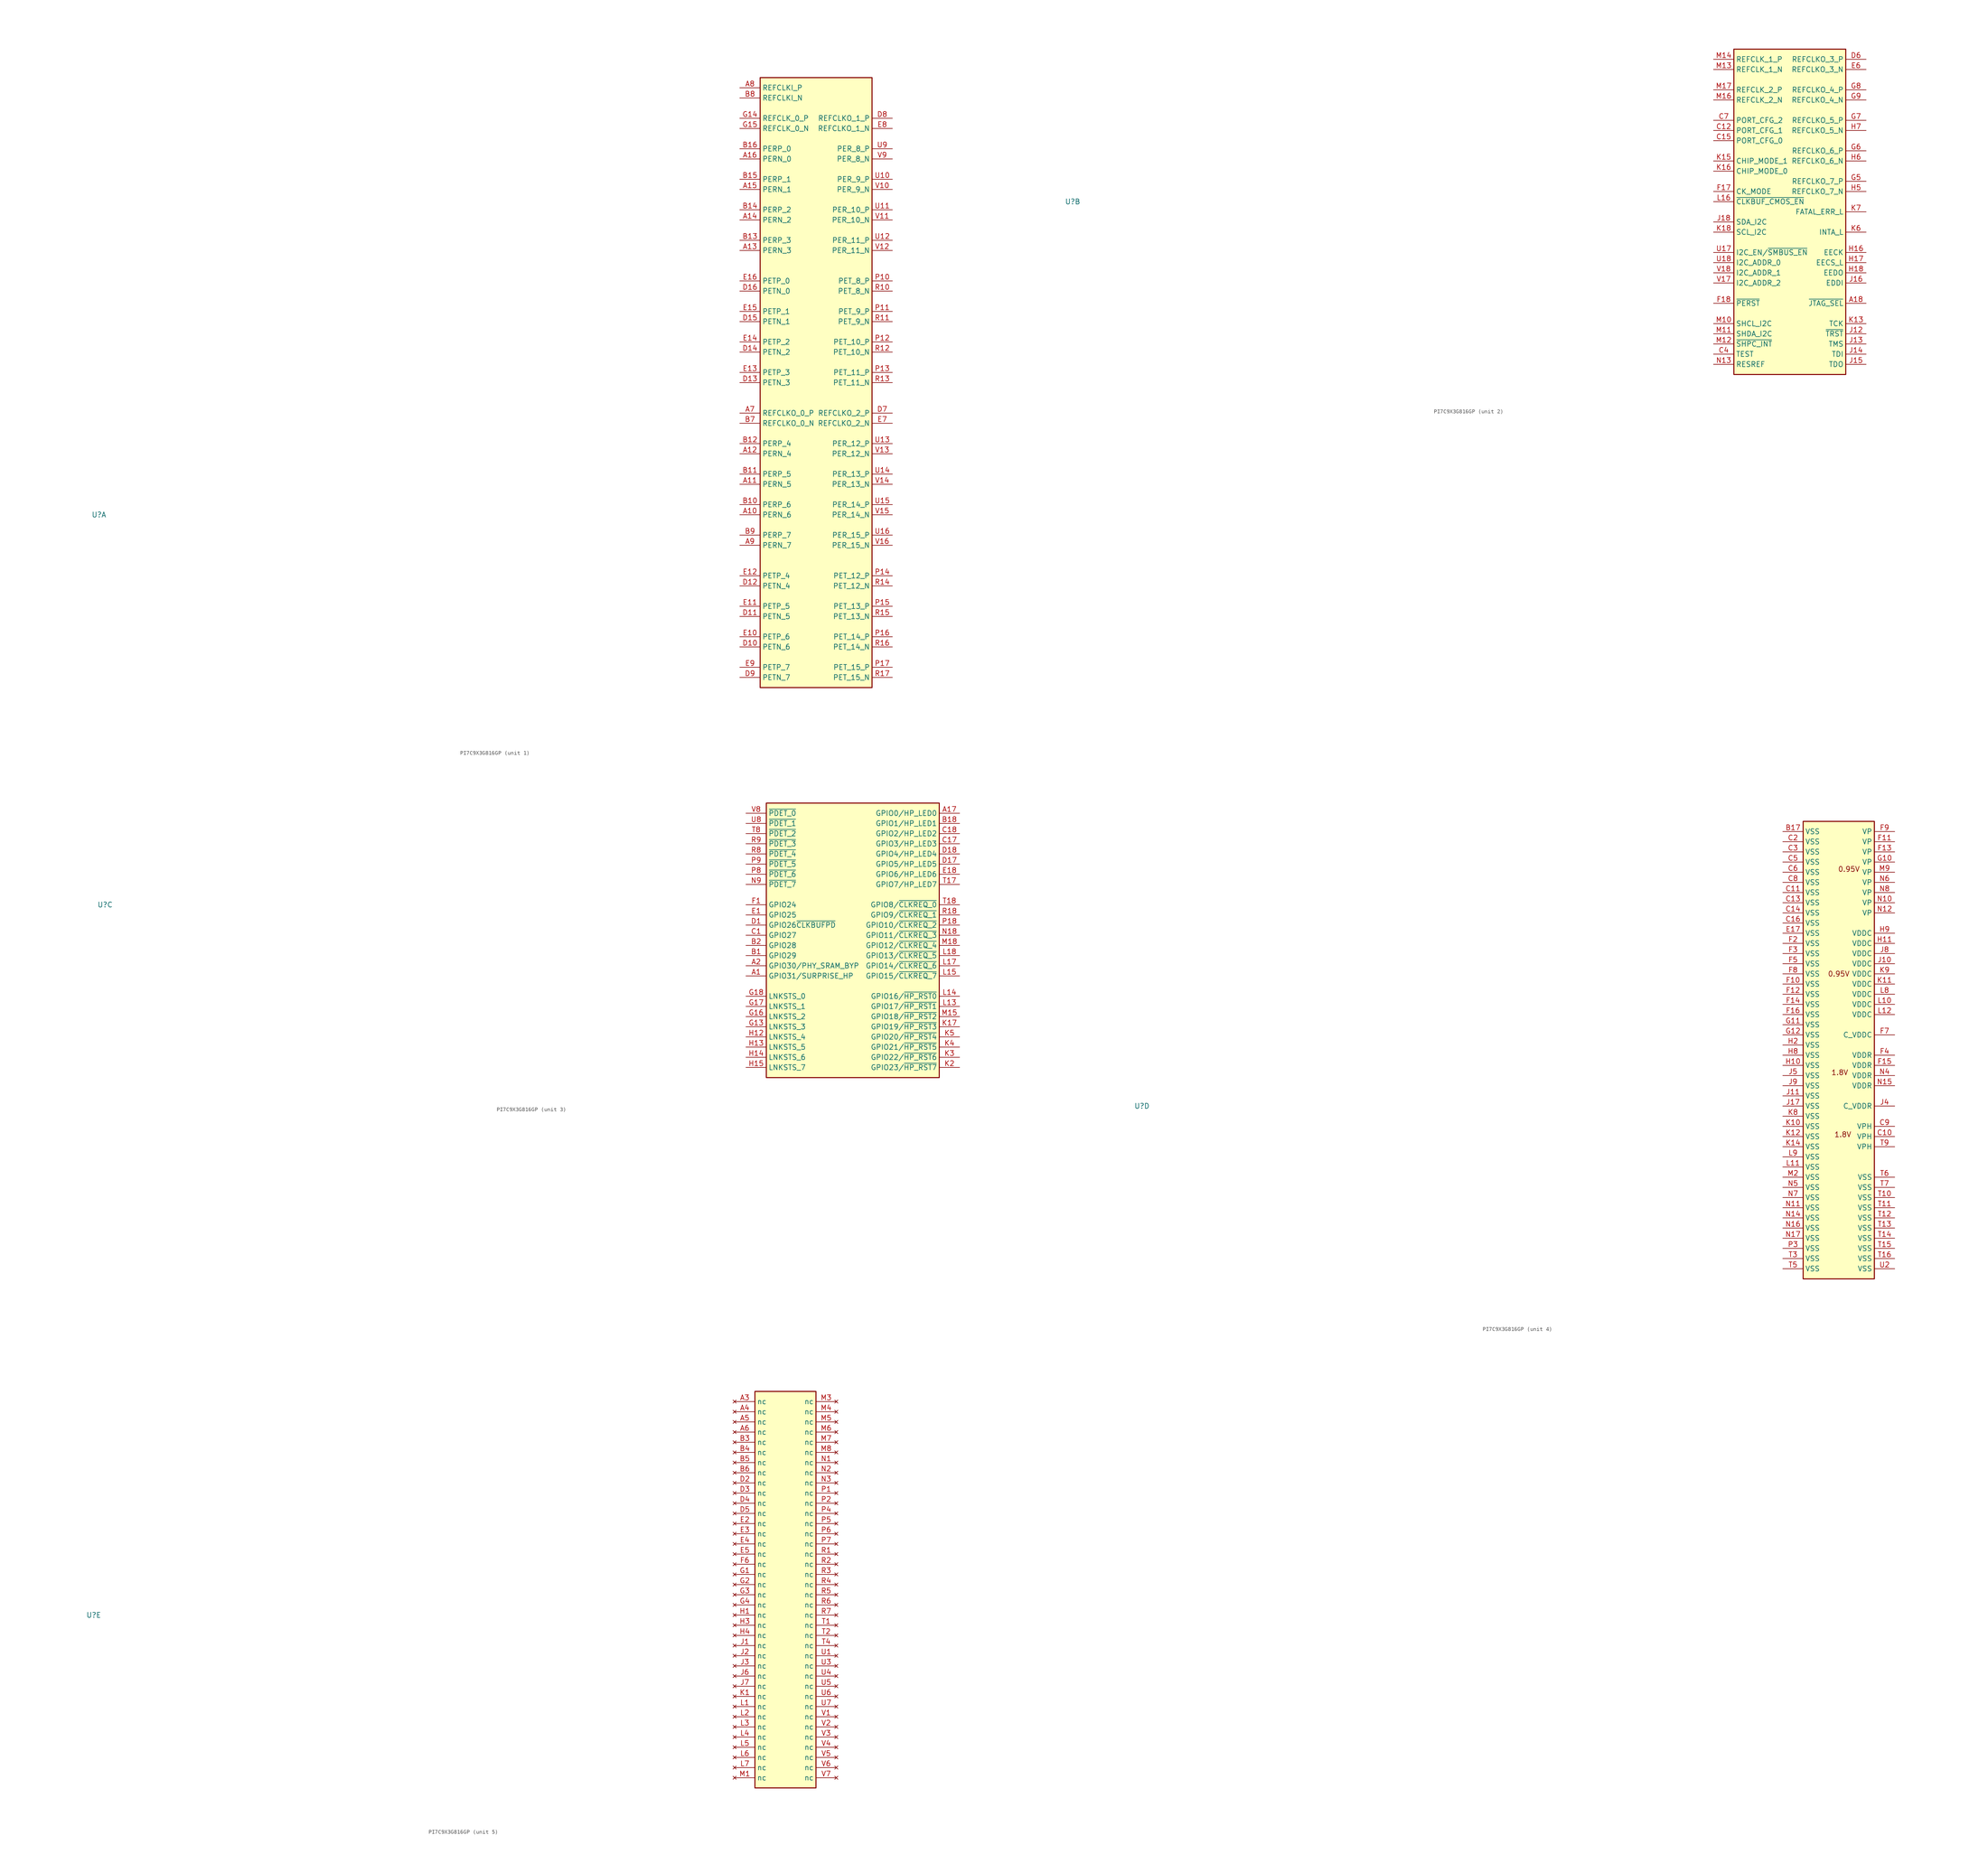
<source format=kicad_sym>
(kicad_symbol_lib
  (version 20231120)
  (generator "kicad_symbol_editor")
  (generator_version "8.0")
  (symbol "PI7C9X3G816GP"
    (property "Reference" "U"
      (at -160.02 40.64 0)
      (effects (font (size 1.27 1.27))))
    (property "Value" ""
      (at -160.02 40.64 0)
      (effects (font (size 1.27 1.27))))
    (property "ki_locked" ""
      (at 0 0 0)
      (effects (font (size 1.27 1.27))))
    (symbol "PI7C9X3G816GP_1_1"
      (rectangle (start 5.08 149.86) (end 33.02 -2.54) (stroke (width 0.254) (type default)) (fill (type background)))
      (pin passive line (at 0 40.64 0) (length 5.08) (name "PERN_6" (effects (font (size 1.27 1.27)))) (number "A10" (effects (font (size 1.27 1.27)))))
      (pin passive line (at 0 48.26 0) (length 5.08) (name "PERN_5" (effects (font (size 1.27 1.27)))) (number "A11" (effects (font (size 1.27 1.27)))))
      (pin passive line (at 0 55.88 0) (length 5.08) (name "PERN_4" (effects (font (size 1.27 1.27)))) (number "A12" (effects (font (size 1.27 1.27)))))
      (pin passive line (at 0 106.68 0) (length 5.08) (name "PERN_3" (effects (font (size 1.27 1.27)))) (number "A13" (effects (font (size 1.27 1.27)))))
      (pin passive line (at 0 114.3 0) (length 5.08) (name "PERN_2" (effects (font (size 1.27 1.27)))) (number "A14" (effects (font (size 1.27 1.27)))))
      (pin passive line (at 0 121.92 0) (length 5.08) (name "PERN_1" (effects (font (size 1.27 1.27)))) (number "A15" (effects (font (size 1.27 1.27)))))
      (pin passive line (at 0 129.54 0) (length 5.08) (name "PERN_0" (effects (font (size 1.27 1.27)))) (number "A16" (effects (font (size 1.27 1.27)))))
      (pin passive line (at 0 66.04 0) (length 5.08) (name "REFCLKO_0_P" (effects (font (size 1.27 1.27)))) (number "A7" (effects (font (size 1.27 1.27)))))
      (pin passive line (at 0 147.32 0) (length 5.08) (name "REFCLKI_P" (effects (font (size 1.27 1.27)))) (number "A8" (effects (font (size 1.27 1.27)))))
      (pin passive line (at 0 33.02 0) (length 5.08) (name "PERN_7" (effects (font (size 1.27 1.27)))) (number "A9" (effects (font (size 1.27 1.27)))))
      (pin passive line (at 0 43.18 0) (length 5.08) (name "PERP_6" (effects (font (size 1.27 1.27)))) (number "B10" (effects (font (size 1.27 1.27)))))
      (pin passive line (at 0 50.8 0) (length 5.08) (name "PERP_5" (effects (font (size 1.27 1.27)))) (number "B11" (effects (font (size 1.27 1.27)))))
      (pin passive line (at 0 58.42 0) (length 5.08) (name "PERP_4" (effects (font (size 1.27 1.27)))) (number "B12" (effects (font (size 1.27 1.27)))))
      (pin passive line (at 0 109.22 0) (length 5.08) (name "PERP_3" (effects (font (size 1.27 1.27)))) (number "B13" (effects (font (size 1.27 1.27)))))
      (pin passive line (at 0 116.84 0) (length 5.08) (name "PERP_2" (effects (font (size 1.27 1.27)))) (number "B14" (effects (font (size 1.27 1.27)))))
      (pin passive line (at 0 124.46 0) (length 5.08) (name "PERP_1" (effects (font (size 1.27 1.27)))) (number "B15" (effects (font (size 1.27 1.27)))))
      (pin passive line (at 0 132.08 0) (length 5.08) (name "PERP_0" (effects (font (size 1.27 1.27)))) (number "B16" (effects (font (size 1.27 1.27)))))
      (pin passive line (at 0 63.5 0) (length 5.08) (name "REFCLKO_0_N" (effects (font (size 1.27 1.27)))) (number "B7" (effects (font (size 1.27 1.27)))))
      (pin passive line (at 0 144.78 0) (length 5.08) (name "REFCLKI_N" (effects (font (size 1.27 1.27)))) (number "B8" (effects (font (size 1.27 1.27)))))
      (pin passive line (at 0 35.56 0) (length 5.08) (name "PERP_7" (effects (font (size 1.27 1.27)))) (number "B9" (effects (font (size 1.27 1.27)))))
      (pin passive line (at 0 7.62 0) (length 5.08) (name "PETN_6" (effects (font (size 1.27 1.27)))) (number "D10" (effects (font (size 1.27 1.27)))))
      (pin passive line (at 0 15.24 0) (length 5.08) (name "PETN_5" (effects (font (size 1.27 1.27)))) (number "D11" (effects (font (size 1.27 1.27)))))
      (pin passive line (at 0 22.86 0) (length 5.08) (name "PETN_4" (effects (font (size 1.27 1.27)))) (number "D12" (effects (font (size 1.27 1.27)))))
      (pin passive line (at 0 73.66 0) (length 5.08) (name "PETN_3" (effects (font (size 1.27 1.27)))) (number "D13" (effects (font (size 1.27 1.27)))))
      (pin passive line (at 0 81.28 0) (length 5.08) (name "PETN_2" (effects (font (size 1.27 1.27)))) (number "D14" (effects (font (size 1.27 1.27)))))
      (pin passive line (at 0 88.9 0) (length 5.08) (name "PETN_1" (effects (font (size 1.27 1.27)))) (number "D15" (effects (font (size 1.27 1.27)))))
      (pin passive line (at 0 96.52 0) (length 5.08) (name "PETN_0" (effects (font (size 1.27 1.27)))) (number "D16" (effects (font (size 1.27 1.27)))))
      (pin passive line (at 38.1 66.04 180) (length 5.08) (name "REFCLKO_2_P" (effects (font (size 1.27 1.27)))) (number "D7" (effects (font (size 1.27 1.27)))))
      (pin passive line (at 38.1 139.7 180) (length 5.08) (name "REFCLKO_1_P" (effects (font (size 1.27 1.27)))) (number "D8" (effects (font (size 1.27 1.27)))))
      (pin passive line (at 0 0 0) (length 5.08) (name "PETN_7" (effects (font (size 1.27 1.27)))) (number "D9" (effects (font (size 1.27 1.27)))))
      (pin passive line (at 0 10.16 0) (length 5.08) (name "PETP_6" (effects (font (size 1.27 1.27)))) (number "E10" (effects (font (size 1.27 1.27)))))
      (pin passive line (at 0 17.78 0) (length 5.08) (name "PETP_5" (effects (font (size 1.27 1.27)))) (number "E11" (effects (font (size 1.27 1.27)))))
      (pin passive line (at 0 25.4 0) (length 5.08) (name "PETP_4" (effects (font (size 1.27 1.27)))) (number "E12" (effects (font (size 1.27 1.27)))))
      (pin passive line (at 0 76.2 0) (length 5.08) (name "PETP_3" (effects (font (size 1.27 1.27)))) (number "E13" (effects (font (size 1.27 1.27)))))
      (pin passive line (at 0 83.82 0) (length 5.08) (name "PETP_2" (effects (font (size 1.27 1.27)))) (number "E14" (effects (font (size 1.27 1.27)))))
      (pin passive line (at 0 91.44 0) (length 5.08) (name "PETP_1" (effects (font (size 1.27 1.27)))) (number "E15" (effects (font (size 1.27 1.27)))))
      (pin passive line (at 0 99.06 0) (length 5.08) (name "PETP_0" (effects (font (size 1.27 1.27)))) (number "E16" (effects (font (size 1.27 1.27)))))
      (pin passive line (at 38.1 63.5 180) (length 5.08) (name "REFCLKO_2_N" (effects (font (size 1.27 1.27)))) (number "E7" (effects (font (size 1.27 1.27)))))
      (pin passive line (at 38.1 137.16 180) (length 5.08) (name "REFCLKO_1_N" (effects (font (size 1.27 1.27)))) (number "E8" (effects (font (size 1.27 1.27)))))
      (pin passive line (at 0 2.54 0) (length 5.08) (name "PETP_7" (effects (font (size 1.27 1.27)))) (number "E9" (effects (font (size 1.27 1.27)))))
      (pin passive line (at 0 139.7 0) (length 5.08) (name "REFCLK_0_P" (effects (font (size 1.27 1.27)))) (number "G14" (effects (font (size 1.27 1.27)))))
      (pin passive line (at 0 137.16 0) (length 5.08) (name "REFCLK_0_N" (effects (font (size 1.27 1.27)))) (number "G15" (effects (font (size 1.27 1.27)))))
      (pin passive line (at 38.1 99.06 180) (length 5.08) (name "PET_8_P" (effects (font (size 1.27 1.27)))) (number "P10" (effects (font (size 1.27 1.27)))))
      (pin passive line (at 38.1 91.44 180) (length 5.08) (name "PET_9_P" (effects (font (size 1.27 1.27)))) (number "P11" (effects (font (size 1.27 1.27)))))
      (pin passive line (at 38.1 83.82 180) (length 5.08) (name "PET_10_P" (effects (font (size 1.27 1.27)))) (number "P12" (effects (font (size 1.27 1.27)))))
      (pin passive line (at 38.1 76.2 180) (length 5.08) (name "PET_11_P" (effects (font (size 1.27 1.27)))) (number "P13" (effects (font (size 1.27 1.27)))))
      (pin passive line (at 38.1 25.4 180) (length 5.08) (name "PET_12_P" (effects (font (size 1.27 1.27)))) (number "P14" (effects (font (size 1.27 1.27)))))
      (pin passive line (at 38.1 17.78 180) (length 5.08) (name "PET_13_P" (effects (font (size 1.27 1.27)))) (number "P15" (effects (font (size 1.27 1.27)))))
      (pin passive line (at 38.1 10.16 180) (length 5.08) (name "PET_14_P" (effects (font (size 1.27 1.27)))) (number "P16" (effects (font (size 1.27 1.27)))))
      (pin passive line (at 38.1 2.54 180) (length 5.08) (name "PET_15_P" (effects (font (size 1.27 1.27)))) (number "P17" (effects (font (size 1.27 1.27)))))
      (pin passive line (at 38.1 96.52 180) (length 5.08) (name "PET_8_N" (effects (font (size 1.27 1.27)))) (number "R10" (effects (font (size 1.27 1.27)))))
      (pin passive line (at 38.1 88.9 180) (length 5.08) (name "PET_9_N" (effects (font (size 1.27 1.27)))) (number "R11" (effects (font (size 1.27 1.27)))))
      (pin passive line (at 38.1 81.28 180) (length 5.08) (name "PET_10_N" (effects (font (size 1.27 1.27)))) (number "R12" (effects (font (size 1.27 1.27)))))
      (pin passive line (at 38.1 73.66 180) (length 5.08) (name "PET_11_N" (effects (font (size 1.27 1.27)))) (number "R13" (effects (font (size 1.27 1.27)))))
      (pin passive line (at 38.1 22.86 180) (length 5.08) (name "PET_12_N" (effects (font (size 1.27 1.27)))) (number "R14" (effects (font (size 1.27 1.27)))))
      (pin passive line (at 38.1 15.24 180) (length 5.08) (name "PET_13_N" (effects (font (size 1.27 1.27)))) (number "R15" (effects (font (size 1.27 1.27)))))
      (pin passive line (at 38.1 7.62 180) (length 5.08) (name "PET_14_N" (effects (font (size 1.27 1.27)))) (number "R16" (effects (font (size 1.27 1.27)))))
      (pin passive line (at 38.1 0 180) (length 5.08) (name "PET_15_N" (effects (font (size 1.27 1.27)))) (number "R17" (effects (font (size 1.27 1.27)))))
      (pin passive line (at 38.1 124.46 180) (length 5.08) (name "PER_9_P" (effects (font (size 1.27 1.27)))) (number "U10" (effects (font (size 1.27 1.27)))))
      (pin passive line (at 38.1 116.84 180) (length 5.08) (name "PER_10_P" (effects (font (size 1.27 1.27)))) (number "U11" (effects (font (size 1.27 1.27)))))
      (pin passive line (at 38.1 109.22 180) (length 5.08) (name "PER_11_P" (effects (font (size 1.27 1.27)))) (number "U12" (effects (font (size 1.27 1.27)))))
      (pin passive line (at 38.1 58.42 180) (length 5.08) (name "PER_12_P" (effects (font (size 1.27 1.27)))) (number "U13" (effects (font (size 1.27 1.27)))))
      (pin passive line (at 38.1 50.8 180) (length 5.08) (name "PER_13_P" (effects (font (size 1.27 1.27)))) (number "U14" (effects (font (size 1.27 1.27)))))
      (pin passive line (at 38.1 43.18 180) (length 5.08) (name "PER_14_P" (effects (font (size 1.27 1.27)))) (number "U15" (effects (font (size 1.27 1.27)))))
      (pin passive line (at 38.1 35.56 180) (length 5.08) (name "PER_15_P" (effects (font (size 1.27 1.27)))) (number "U16" (effects (font (size 1.27 1.27)))))
      (pin passive line (at 38.1 132.08 180) (length 5.08) (name "PER_8_P" (effects (font (size 1.27 1.27)))) (number "U9" (effects (font (size 1.27 1.27)))))
      (pin passive line (at 38.1 121.92 180) (length 5.08) (name "PER_9_N" (effects (font (size 1.27 1.27)))) (number "V10" (effects (font (size 1.27 1.27)))))
      (pin passive line (at 38.1 114.3 180) (length 5.08) (name "PER_10_N" (effects (font (size 1.27 1.27)))) (number "V11" (effects (font (size 1.27 1.27)))))
      (pin passive line (at 38.1 106.68 180) (length 5.08) (name "PER_11_N" (effects (font (size 1.27 1.27)))) (number "V12" (effects (font (size 1.27 1.27)))))
      (pin passive line (at 38.1 55.88 180) (length 5.08) (name "PER_12_N" (effects (font (size 1.27 1.27)))) (number "V13" (effects (font (size 1.27 1.27)))))
      (pin passive line (at 38.1 48.26 180) (length 5.08) (name "PER_13_N" (effects (font (size 1.27 1.27)))) (number "V14" (effects (font (size 1.27 1.27)))))
      (pin passive line (at 38.1 40.64 180) (length 5.08) (name "PER_14_N" (effects (font (size 1.27 1.27)))) (number "V15" (effects (font (size 1.27 1.27)))))
      (pin passive line (at 38.1 33.02 180) (length 5.08) (name "PER_15_N" (effects (font (size 1.27 1.27)))) (number "V16" (effects (font (size 1.27 1.27)))))
      (pin passive line (at 38.1 129.54 180) (length 5.08) (name "PER_8_N" (effects (font (size 1.27 1.27)))) (number "V9" (effects (font (size 1.27 1.27))))))
    (symbol "PI7C9X3G816GP_2_1"
      (rectangle (start 5.08 78.74) (end 33.02 -2.54) (stroke (width 0.254) (type default)) (fill (type background)))
      (pin passive line (at 38.1 15.24 180) (length 5.08) (name "~{JTAG_SEL}" (effects (font (size 1.27 1.27)))) (number "A18" (effects (font (size 1.27 1.27)))))
      (pin passive line (at 0 58.42 0) (length 5.08) (name "PORT_CFG_1" (effects (font (size 1.27 1.27)))) (number "C12" (effects (font (size 1.27 1.27)))))
      (pin passive line (at 0 55.88 0) (length 5.08) (name "PORT_CFG_0" (effects (font (size 1.27 1.27)))) (number "C15" (effects (font (size 1.27 1.27)))))
      (pin passive line (at 0 2.54 0) (length 5.08) (name "TEST" (effects (font (size 1.27 1.27)))) (number "C4" (effects (font (size 1.27 1.27)))))
      (pin passive line (at 0 60.96 0) (length 5.08) (name "PORT_CFG_2" (effects (font (size 1.27 1.27)))) (number "C7" (effects (font (size 1.27 1.27)))))
      (pin passive line (at 38.1 76.2 180) (length 5.08) (name "REFCLKO_3_P" (effects (font (size 1.27 1.27)))) (number "D6" (effects (font (size 1.27 1.27)))))
      (pin passive line (at 38.1 73.66 180) (length 5.08) (name "REFCLKO_3_N" (effects (font (size 1.27 1.27)))) (number "E6" (effects (font (size 1.27 1.27)))))
      (pin passive line (at 0 43.18 0) (length 5.08) (name "CK_MODE" (effects (font (size 1.27 1.27)))) (number "F17" (effects (font (size 1.27 1.27)))))
      (pin passive line (at 0 15.24 0) (length 5.08) (name "~{PERST}" (effects (font (size 1.27 1.27)))) (number "F18" (effects (font (size 1.27 1.27)))))
      (pin passive line (at 38.1 45.72 180) (length 5.08) (name "REFCLKO_7_P" (effects (font (size 1.27 1.27)))) (number "G5" (effects (font (size 1.27 1.27)))))
      (pin passive line (at 38.1 53.34 180) (length 5.08) (name "REFCLKO_6_P" (effects (font (size 1.27 1.27)))) (number "G6" (effects (font (size 1.27 1.27)))))
      (pin passive line (at 38.1 60.96 180) (length 5.08) (name "REFCLKO_5_P" (effects (font (size 1.27 1.27)))) (number "G7" (effects (font (size 1.27 1.27)))))
      (pin passive line (at 38.1 68.58 180) (length 5.08) (name "REFCLKO_4_P" (effects (font (size 1.27 1.27)))) (number "G8" (effects (font (size 1.27 1.27)))))
      (pin passive line (at 38.1 66.04 180) (length 5.08) (name "REFCLKO_4_N" (effects (font (size 1.27 1.27)))) (number "G9" (effects (font (size 1.27 1.27)))))
      (pin passive line (at 38.1 27.94 180) (length 5.08) (name "EECK" (effects (font (size 1.27 1.27)))) (number "H16" (effects (font (size 1.27 1.27)))))
      (pin passive line (at 38.1 25.4 180) (length 5.08) (name "EECS_L" (effects (font (size 1.27 1.27)))) (number "H17" (effects (font (size 1.27 1.27)))))
      (pin passive line (at 38.1 22.86 180) (length 5.08) (name "EEDO" (effects (font (size 1.27 1.27)))) (number "H18" (effects (font (size 1.27 1.27)))))
      (pin passive line (at 38.1 43.18 180) (length 5.08) (name "REFCLKO_7_N" (effects (font (size 1.27 1.27)))) (number "H5" (effects (font (size 1.27 1.27)))))
      (pin passive line (at 38.1 50.8 180) (length 5.08) (name "REFCLKO_6_N" (effects (font (size 1.27 1.27)))) (number "H6" (effects (font (size 1.27 1.27)))))
      (pin passive line (at 38.1 58.42 180) (length 5.08) (name "REFCLKO_5_N" (effects (font (size 1.27 1.27)))) (number "H7" (effects (font (size 1.27 1.27)))))
      (pin passive line (at 38.1 7.62 180) (length 5.08) (name "~{TRST}" (effects (font (size 1.27 1.27)))) (number "J12" (effects (font (size 1.27 1.27)))))
      (pin passive line (at 38.1 5.08 180) (length 5.08) (name "TMS" (effects (font (size 1.27 1.27)))) (number "J13" (effects (font (size 1.27 1.27)))))
      (pin passive line (at 38.1 2.54 180) (length 5.08) (name "TDI" (effects (font (size 1.27 1.27)))) (number "J14" (effects (font (size 1.27 1.27)))))
      (pin passive line (at 38.1 0 180) (length 5.08) (name "TDO" (effects (font (size 1.27 1.27)))) (number "J15" (effects (font (size 1.27 1.27)))))
      (pin passive line (at 38.1 20.32 180) (length 5.08) (name "EDDI" (effects (font (size 1.27 1.27)))) (number "J16" (effects (font (size 1.27 1.27)))))
      (pin open_collector line (at 0 35.56 0) (length 5.08) (name "SDA_I2C" (effects (font (size 1.27 1.27)))) (number "J18" (effects (font (size 1.27 1.27)))))
      (pin passive line (at 38.1 10.16 180) (length 5.08) (name "TCK" (effects (font (size 1.27 1.27)))) (number "K13" (effects (font (size 1.27 1.27)))))
      (pin passive line (at 0 50.8 0) (length 5.08) (name "CHIP_MODE_1" (effects (font (size 1.27 1.27)))) (number "K15" (effects (font (size 1.27 1.27)))))
      (pin passive line (at 0 48.26 0) (length 5.08) (name "CHIP_MODE_0" (effects (font (size 1.27 1.27)))) (number "K16" (effects (font (size 1.27 1.27)))))
      (pin open_collector line (at 0 33.02 0) (length 5.08) (name "SCL_I2C" (effects (font (size 1.27 1.27)))) (number "K18" (effects (font (size 1.27 1.27)))))
      (pin open_collector line (at 38.1 33.02 180) (length 5.08) (name "INTA_L" (effects (font (size 1.27 1.27)))) (number "K6" (effects (font (size 1.27 1.27)))))
      (pin passive line (at 38.1 38.1 180) (length 5.08) (name "FATAL_ERR_L" (effects (font (size 1.27 1.27)))) (number "K7" (effects (font (size 1.27 1.27)))))
      (pin passive line (at 0 40.64 0) (length 5.08) (name "~{CLKBUF_CMOS_EN}" (effects (font (size 1.27 1.27)))) (number "L16" (effects (font (size 1.27 1.27)))))
      (pin passive line (at 0 10.16 0) (length 5.08) (name "SHCL_I2C" (effects (font (size 1.27 1.27)))) (number "M10" (effects (font (size 1.27 1.27)))))
      (pin passive line (at 0 7.62 0) (length 5.08) (name "SHDA_I2C" (effects (font (size 1.27 1.27)))) (number "M11" (effects (font (size 1.27 1.27)))))
      (pin passive line (at 0 5.08 0) (length 5.08) (name "~{SHPC_INT}" (effects (font (size 1.27 1.27)))) (number "M12" (effects (font (size 1.27 1.27)))))
      (pin passive line (at 0 73.66 0) (length 5.08) (name "REFCLK_1_N" (effects (font (size 1.27 1.27)))) (number "M13" (effects (font (size 1.27 1.27)))))
      (pin passive line (at 0 76.2 0) (length 5.08) (name "REFCLK_1_P" (effects (font (size 1.27 1.27)))) (number "M14" (effects (font (size 1.27 1.27)))))
      (pin passive line (at 0 66.04 0) (length 5.08) (name "REFCLK_2_N" (effects (font (size 1.27 1.27)))) (number "M16" (effects (font (size 1.27 1.27)))))
      (pin passive line (at 0 68.58 0) (length 5.08) (name "REFCLK_2_P" (effects (font (size 1.27 1.27)))) (number "M17" (effects (font (size 1.27 1.27)))))
      (pin passive line (at 0 0 0) (length 5.08) (name "RESREF" (effects (font (size 1.27 1.27)))) (number "N13" (effects (font (size 1.27 1.27)))))
      (pin passive line (at 0 27.94 0) (length 5.08) (name "I2C_EN/~{SMBUS_EN}" (effects (font (size 1.27 1.27)))) (number "U17" (effects (font (size 1.27 1.27)))))
      (pin passive line (at 0 25.4 0) (length 5.08) (name "I2C_ADDR_0" (effects (font (size 1.27 1.27)))) (number "U18" (effects (font (size 1.27 1.27)))))
      (pin passive line (at 0 20.32 0) (length 5.08) (name "I2C_ADDR_2" (effects (font (size 1.27 1.27)))) (number "V17" (effects (font (size 1.27 1.27)))))
      (pin passive line (at 0 22.86 0) (length 5.08) (name "I2C_ADDR_1" (effects (font (size 1.27 1.27)))) (number "V18" (effects (font (size 1.27 1.27))))))
    (symbol "PI7C9X3G816GP_3_1"
      (rectangle (start 5.08 66.04) (end 48.26 -2.54) (stroke (width 0.254) (type default)) (fill (type background)))
      (pin passive line (at 0 22.86 0) (length 5.08) (name "GPIO31/SURPRISE_HP" (effects (font (size 1.27 1.27)))) (number "A1" (effects (font (size 1.27 1.27)))))
      (pin passive line (at 53.34 63.5 180) (length 5.08) (name "GPIO0/HP_LED0" (effects (font (size 1.27 1.27)))) (number "A17" (effects (font (size 1.27 1.27)))))
      (pin passive line (at 0 25.4 0) (length 5.08) (name "GPIO30/PHY_SRAM_BYP" (effects (font (size 1.27 1.27)))) (number "A2" (effects (font (size 1.27 1.27)))))
      (pin passive line (at 0 27.94 0) (length 5.08) (name "GPIO29" (effects (font (size 1.27 1.27)))) (number "B1" (effects (font (size 1.27 1.27)))))
      (pin passive line (at 53.34 60.96 180) (length 5.08) (name "GPIO1/HP_LED1" (effects (font (size 1.27 1.27)))) (number "B18" (effects (font (size 1.27 1.27)))))
      (pin passive line (at 0 30.48 0) (length 5.08) (name "GPIO28" (effects (font (size 1.27 1.27)))) (number "B2" (effects (font (size 1.27 1.27)))))
      (pin passive line (at 0 33.02 0) (length 5.08) (name "GPIO27" (effects (font (size 1.27 1.27)))) (number "C1" (effects (font (size 1.27 1.27)))))
      (pin passive line (at 53.34 55.88 180) (length 5.08) (name "GPIO3/HP_LED3" (effects (font (size 1.27 1.27)))) (number "C17" (effects (font (size 1.27 1.27)))))
      (pin passive line (at 53.34 58.42 180) (length 5.08) (name "GPIO2/HP_LED2" (effects (font (size 1.27 1.27)))) (number "C18" (effects (font (size 1.27 1.27)))))
      (pin passive line (at 0 35.56 0) (length 5.08) (name "GPIO26~{CLKBUFPD}" (effects (font (size 1.27 1.27)))) (number "D1" (effects (font (size 1.27 1.27)))))
      (pin passive line (at 53.34 50.8 180) (length 5.08) (name "GPIO5/HP_LED5" (effects (font (size 1.27 1.27)))) (number "D17" (effects (font (size 1.27 1.27)))))
      (pin passive line (at 53.34 53.34 180) (length 5.08) (name "GPIO4/HP_LED4" (effects (font (size 1.27 1.27)))) (number "D18" (effects (font (size 1.27 1.27)))))
      (pin passive line (at 0 38.1 0) (length 5.08) (name "GPIO25" (effects (font (size 1.27 1.27)))) (number "E1" (effects (font (size 1.27 1.27)))))
      (pin passive line (at 53.34 48.26 180) (length 5.08) (name "GPIO6/HP_LED6" (effects (font (size 1.27 1.27)))) (number "E18" (effects (font (size 1.27 1.27)))))
      (pin passive line (at 0 40.64 0) (length 5.08) (name "GPIO24" (effects (font (size 1.27 1.27)))) (number "F1" (effects (font (size 1.27 1.27)))))
      (pin passive line (at 0 10.16 0) (length 5.08) (name "LNKSTS_3" (effects (font (size 1.27 1.27)))) (number "G13" (effects (font (size 1.27 1.27)))))
      (pin passive line (at 0 12.7 0) (length 5.08) (name "LNKSTS_2" (effects (font (size 1.27 1.27)))) (number "G16" (effects (font (size 1.27 1.27)))))
      (pin passive line (at 0 15.24 0) (length 5.08) (name "LNKSTS_1" (effects (font (size 1.27 1.27)))) (number "G17" (effects (font (size 1.27 1.27)))))
      (pin passive line (at 0 17.78 0) (length 5.08) (name "LNKSTS_0" (effects (font (size 1.27 1.27)))) (number "G18" (effects (font (size 1.27 1.27)))))
      (pin passive line (at 0 7.62 0) (length 5.08) (name "LNKSTS_4" (effects (font (size 1.27 1.27)))) (number "H12" (effects (font (size 1.27 1.27)))))
      (pin passive line (at 0 5.08 0) (length 5.08) (name "LNKSTS_5" (effects (font (size 1.27 1.27)))) (number "H13" (effects (font (size 1.27 1.27)))))
      (pin passive line (at 0 2.54 0) (length 5.08) (name "LNKSTS_6" (effects (font (size 1.27 1.27)))) (number "H14" (effects (font (size 1.27 1.27)))))
      (pin passive line (at 0 0 0) (length 5.08) (name "LNKSTS_7" (effects (font (size 1.27 1.27)))) (number "H15" (effects (font (size 1.27 1.27)))))
      (pin passive line (at 53.34 10.16 180) (length 5.08) (name "GPIO19/~{HP_RST3}" (effects (font (size 1.27 1.27)))) (number "K17" (effects (font (size 1.27 1.27)))))
      (pin passive line (at 53.34 0 180) (length 5.08) (name "GPIO23/~{HP_RST7}" (effects (font (size 1.27 1.27)))) (number "K2" (effects (font (size 1.27 1.27)))))
      (pin passive line (at 53.34 2.54 180) (length 5.08) (name "GPIO22/~{HP_RST6}" (effects (font (size 1.27 1.27)))) (number "K3" (effects (font (size 1.27 1.27)))))
      (pin passive line (at 53.34 5.08 180) (length 5.08) (name "GPIO21/~{HP_RST5}" (effects (font (size 1.27 1.27)))) (number "K4" (effects (font (size 1.27 1.27)))))
      (pin passive line (at 53.34 7.62 180) (length 5.08) (name "GPIO20/~{HP_RST4}" (effects (font (size 1.27 1.27)))) (number "K5" (effects (font (size 1.27 1.27)))))
      (pin passive line (at 53.34 15.24 180) (length 5.08) (name "GPIO17/~{HP_RST1}" (effects (font (size 1.27 1.27)))) (number "L13" (effects (font (size 1.27 1.27)))))
      (pin passive line (at 53.34 17.78 180) (length 5.08) (name "GPIO16/~{HP_RST0}" (effects (font (size 1.27 1.27)))) (number "L14" (effects (font (size 1.27 1.27)))))
      (pin open_collector line (at 53.34 22.86 180) (length 5.08) (name "GPIO15/~{CLKREQ_7}" (effects (font (size 1.27 1.27)))) (number "L15" (effects (font (size 1.27 1.27)))))
      (pin open_collector line (at 53.34 25.4 180) (length 5.08) (name "GPIO14/~{CLKREQ_6}" (effects (font (size 1.27 1.27)))) (number "L17" (effects (font (size 1.27 1.27)))))
      (pin open_collector line (at 53.34 27.94 180) (length 5.08) (name "GPIO13/~{CLKREQ_5}" (effects (font (size 1.27 1.27)))) (number "L18" (effects (font (size 1.27 1.27)))))
      (pin passive line (at 53.34 12.7 180) (length 5.08) (name "GPIO18/~{HP_RST2}" (effects (font (size 1.27 1.27)))) (number "M15" (effects (font (size 1.27 1.27)))))
      (pin open_collector line (at 53.34 30.48 180) (length 5.08) (name "GPIO12/~{CLKREQ_4}" (effects (font (size 1.27 1.27)))) (number "M18" (effects (font (size 1.27 1.27)))))
      (pin open_collector line (at 53.34 33.02 180) (length 5.08) (name "GPIO11/~{CLKREQ_3}" (effects (font (size 1.27 1.27)))) (number "N18" (effects (font (size 1.27 1.27)))))
      (pin passive line (at 0 45.72 0) (length 5.08) (name "~{PDET_7}" (effects (font (size 1.27 1.27)))) (number "N9" (effects (font (size 1.27 1.27)))))
      (pin open_collector line (at 53.34 35.56 180) (length 5.08) (name "GPIO10/~{CLKREQ_2}" (effects (font (size 1.27 1.27)))) (number "P18" (effects (font (size 1.27 1.27)))))
      (pin passive line (at 0 48.26 0) (length 5.08) (name "~{PDET_6}" (effects (font (size 1.27 1.27)))) (number "P8" (effects (font (size 1.27 1.27)))))
      (pin passive line (at 0 50.8 0) (length 5.08) (name "~{PDET_5}" (effects (font (size 1.27 1.27)))) (number "P9" (effects (font (size 1.27 1.27)))))
      (pin open_collector line (at 53.34 38.1 180) (length 5.08) (name "GPIO9/~{CLKREQ_1}" (effects (font (size 1.27 1.27)))) (number "R18" (effects (font (size 1.27 1.27)))))
      (pin passive line (at 0 53.34 0) (length 5.08) (name "~{PDET_4}" (effects (font (size 1.27 1.27)))) (number "R8" (effects (font (size 1.27 1.27)))))
      (pin passive line (at 0 55.88 0) (length 5.08) (name "~{PDET_3}" (effects (font (size 1.27 1.27)))) (number "R9" (effects (font (size 1.27 1.27)))))
      (pin passive line (at 53.34 45.72 180) (length 5.08) (name "GPIO7/HP_LED7" (effects (font (size 1.27 1.27)))) (number "T17" (effects (font (size 1.27 1.27)))))
      (pin open_collector line (at 53.34 40.64 180) (length 5.08) (name "GPIO8/~{CLKREQ_0}" (effects (font (size 1.27 1.27)))) (number "T18" (effects (font (size 1.27 1.27)))))
      (pin passive line (at 0 58.42 0) (length 5.08) (name "~{PDET_2}" (effects (font (size 1.27 1.27)))) (number "T8" (effects (font (size 1.27 1.27)))))
      (pin passive line (at 0 60.96 0) (length 5.08) (name "~{PDET_1}" (effects (font (size 1.27 1.27)))) (number "U8" (effects (font (size 1.27 1.27)))))
      (pin passive line (at 0 63.5 0) (length 5.08) (name "~{PDET_0}" (effects (font (size 1.27 1.27)))) (number "V8" (effects (font (size 1.27 1.27))))))
    (symbol "PI7C9X3G816GP_4_1"
      (rectangle (start 5.08 111.76) (end 22.86 -2.54) (stroke (width 0.254) (type default)) (fill (type background)))
      (text "0.95V" (at 13.97 73.66 0) (effects (font (size 1.27 1.27))))
      (text "0.95V" (at 16.51 99.822 0) (effects (font (size 1.27 1.27))))
      (text "1.8V" (at 14.224 49.022 0) (effects (font (size 1.27 1.27))))
      (text "1.8V" (at 14.986 33.528 0) (effects (font (size 1.27 1.27))))
      (pin power_in line (at 0 109.22 0) (length 5.08) (name "VSS" (effects (font (size 1.27 1.27)))) (number "B17" (effects (font (size 1.27 1.27)))))
      (pin power_in line (at 27.94 33.02 180) (length 5.08) (name "VPH" (effects (font (size 1.27 1.27)))) (number "C10" (effects (font (size 1.27 1.27)))))
      (pin power_in line (at 0 93.98 0) (length 5.08) (name "VSS" (effects (font (size 1.27 1.27)))) (number "C11" (effects (font (size 1.27 1.27)))))
      (pin power_in line (at 0 91.44 0) (length 5.08) (name "VSS" (effects (font (size 1.27 1.27)))) (number "C13" (effects (font (size 1.27 1.27)))))
      (pin power_in line (at 0 88.9 0) (length 5.08) (name "VSS" (effects (font (size 1.27 1.27)))) (number "C14" (effects (font (size 1.27 1.27)))))
      (pin power_in line (at 0 86.36 0) (length 5.08) (name "VSS" (effects (font (size 1.27 1.27)))) (number "C16" (effects (font (size 1.27 1.27)))))
      (pin power_in line (at 0 106.68 0) (length 5.08) (name "VSS" (effects (font (size 1.27 1.27)))) (number "C2" (effects (font (size 1.27 1.27)))))
      (pin power_in line (at 0 104.14 0) (length 5.08) (name "VSS" (effects (font (size 1.27 1.27)))) (number "C3" (effects (font (size 1.27 1.27)))))
      (pin power_in line (at 0 101.6 0) (length 5.08) (name "VSS" (effects (font (size 1.27 1.27)))) (number "C5" (effects (font (size 1.27 1.27)))))
      (pin power_in line (at 0 99.06 0) (length 5.08) (name "VSS" (effects (font (size 1.27 1.27)))) (number "C6" (effects (font (size 1.27 1.27)))))
      (pin power_in line (at 0 96.52 0) (length 5.08) (name "VSS" (effects (font (size 1.27 1.27)))) (number "C8" (effects (font (size 1.27 1.27)))))
      (pin power_in line (at 27.94 35.56 180) (length 5.08) (name "VPH" (effects (font (size 1.27 1.27)))) (number "C9" (effects (font (size 1.27 1.27)))))
      (pin power_in line (at 0 83.82 0) (length 5.08) (name "VSS" (effects (font (size 1.27 1.27)))) (number "E17" (effects (font (size 1.27 1.27)))))
      (pin power_in line (at 0 71.12 0) (length 5.08) (name "VSS" (effects (font (size 1.27 1.27)))) (number "F10" (effects (font (size 1.27 1.27)))))
      (pin power_in line (at 27.94 106.68 180) (length 5.08) (name "VP" (effects (font (size 1.27 1.27)))) (number "F11" (effects (font (size 1.27 1.27)))))
      (pin power_in line (at 0 68.58 0) (length 5.08) (name "VSS" (effects (font (size 1.27 1.27)))) (number "F12" (effects (font (size 1.27 1.27)))))
      (pin power_in line (at 27.94 104.14 180) (length 5.08) (name "VP" (effects (font (size 1.27 1.27)))) (number "F13" (effects (font (size 1.27 1.27)))))
      (pin power_in line (at 0 66.04 0) (length 5.08) (name "VSS" (effects (font (size 1.27 1.27)))) (number "F14" (effects (font (size 1.27 1.27)))))
      (pin power_in line (at 27.94 50.8 180) (length 5.08) (name "VDDR" (effects (font (size 1.27 1.27)))) (number "F15" (effects (font (size 1.27 1.27)))))
      (pin power_in line (at 0 63.5 0) (length 5.08) (name "VSS" (effects (font (size 1.27 1.27)))) (number "F16" (effects (font (size 1.27 1.27)))))
      (pin power_in line (at 0 81.28 0) (length 5.08) (name "VSS" (effects (font (size 1.27 1.27)))) (number "F2" (effects (font (size 1.27 1.27)))))
      (pin power_in line (at 0 78.74 0) (length 5.08) (name "VSS" (effects (font (size 1.27 1.27)))) (number "F3" (effects (font (size 1.27 1.27)))))
      (pin power_in line (at 27.94 53.34 180) (length 5.08) (name "VDDR" (effects (font (size 1.27 1.27)))) (number "F4" (effects (font (size 1.27 1.27)))))
      (pin power_in line (at 0 76.2 0) (length 5.08) (name "VSS" (effects (font (size 1.27 1.27)))) (number "F5" (effects (font (size 1.27 1.27)))))
      (pin power_in line (at 27.94 58.42 180) (length 5.08) (name "C_VDDC" (effects (font (size 1.27 1.27)))) (number "F7" (effects (font (size 1.27 1.27)))))
      (pin power_in line (at 0 73.66 0) (length 5.08) (name "VSS" (effects (font (size 1.27 1.27)))) (number "F8" (effects (font (size 1.27 1.27)))))
      (pin power_in line (at 27.94 109.22 180) (length 5.08) (name "VP" (effects (font (size 1.27 1.27)))) (number "F9" (effects (font (size 1.27 1.27)))))
      (pin power_in line (at 27.94 101.6 180) (length 5.08) (name "VP" (effects (font (size 1.27 1.27)))) (number "G10" (effects (font (size 1.27 1.27)))))
      (pin power_in line (at 0 60.96 0) (length 5.08) (name "VSS" (effects (font (size 1.27 1.27)))) (number "G11" (effects (font (size 1.27 1.27)))))
      (pin power_in line (at 0 58.42 0) (length 5.08) (name "VSS" (effects (font (size 1.27 1.27)))) (number "G12" (effects (font (size 1.27 1.27)))))
      (pin power_in line (at 0 50.8 0) (length 5.08) (name "VSS" (effects (font (size 1.27 1.27)))) (number "H10" (effects (font (size 1.27 1.27)))))
      (pin power_in line (at 27.94 81.28 180) (length 5.08) (name "VDDC" (effects (font (size 1.27 1.27)))) (number "H11" (effects (font (size 1.27 1.27)))))
      (pin power_in line (at 0 55.88 0) (length 5.08) (name "VSS" (effects (font (size 1.27 1.27)))) (number "H2" (effects (font (size 1.27 1.27)))))
      (pin power_in line (at 0 53.34 0) (length 5.08) (name "VSS" (effects (font (size 1.27 1.27)))) (number "H8" (effects (font (size 1.27 1.27)))))
      (pin power_in line (at 27.94 83.82 180) (length 5.08) (name "VDDC" (effects (font (size 1.27 1.27)))) (number "H9" (effects (font (size 1.27 1.27)))))
      (pin power_in line (at 27.94 76.2 180) (length 5.08) (name "VDDC" (effects (font (size 1.27 1.27)))) (number "J10" (effects (font (size 1.27 1.27)))))
      (pin power_in line (at 0 43.18 0) (length 5.08) (name "VSS" (effects (font (size 1.27 1.27)))) (number "J11" (effects (font (size 1.27 1.27)))))
      (pin power_in line (at 0 40.64 0) (length 5.08) (name "VSS" (effects (font (size 1.27 1.27)))) (number "J17" (effects (font (size 1.27 1.27)))))
      (pin passive line (at 27.94 40.64 180) (length 5.08) (name "C_VDDR" (effects (font (size 1.27 1.27)))) (number "J4" (effects (font (size 1.27 1.27)))))
      (pin power_in line (at 0 48.26 0) (length 5.08) (name "VSS" (effects (font (size 1.27 1.27)))) (number "J5" (effects (font (size 1.27 1.27)))))
      (pin power_in line (at 27.94 78.74 180) (length 5.08) (name "VDDC" (effects (font (size 1.27 1.27)))) (number "J8" (effects (font (size 1.27 1.27)))))
      (pin power_in line (at 0 45.72 0) (length 5.08) (name "VSS" (effects (font (size 1.27 1.27)))) (number "J9" (effects (font (size 1.27 1.27)))))
      (pin power_in line (at 0 35.56 0) (length 5.08) (name "VSS" (effects (font (size 1.27 1.27)))) (number "K10" (effects (font (size 1.27 1.27)))))
      (pin power_in line (at 27.94 71.12 180) (length 5.08) (name "VDDC" (effects (font (size 1.27 1.27)))) (number "K11" (effects (font (size 1.27 1.27)))))
      (pin power_in line (at 0 33.02 0) (length 5.08) (name "VSS" (effects (font (size 1.27 1.27)))) (number "K12" (effects (font (size 1.27 1.27)))))
      (pin power_in line (at 0 30.48 0) (length 5.08) (name "VSS" (effects (font (size 1.27 1.27)))) (number "K14" (effects (font (size 1.27 1.27)))))
      (pin power_in line (at 0 38.1 0) (length 5.08) (name "VSS" (effects (font (size 1.27 1.27)))) (number "K8" (effects (font (size 1.27 1.27)))))
      (pin power_in line (at 27.94 73.66 180) (length 5.08) (name "VDDC" (effects (font (size 1.27 1.27)))) (number "K9" (effects (font (size 1.27 1.27)))))
      (pin power_in line (at 27.94 66.04 180) (length 5.08) (name "VDDC" (effects (font (size 1.27 1.27)))) (number "L10" (effects (font (size 1.27 1.27)))))
      (pin power_in line (at 0 25.4 0) (length 5.08) (name "VSS" (effects (font (size 1.27 1.27)))) (number "L11" (effects (font (size 1.27 1.27)))))
      (pin power_in line (at 27.94 63.5 180) (length 5.08) (name "VDDC" (effects (font (size 1.27 1.27)))) (number "L12" (effects (font (size 1.27 1.27)))))
      (pin power_in line (at 27.94 68.58 180) (length 5.08) (name "VDDC" (effects (font (size 1.27 1.27)))) (number "L8" (effects (font (size 1.27 1.27)))))
      (pin power_in line (at 0 27.94 0) (length 5.08) (name "VSS" (effects (font (size 1.27 1.27)))) (number "L9" (effects (font (size 1.27 1.27)))))
      (pin power_in line (at 0 22.86 0) (length 5.08) (name "VSS" (effects (font (size 1.27 1.27)))) (number "M2" (effects (font (size 1.27 1.27)))))
      (pin power_in line (at 27.94 99.06 180) (length 5.08) (name "VP" (effects (font (size 1.27 1.27)))) (number "M9" (effects (font (size 1.27 1.27)))))
      (pin power_in line (at 27.94 91.44 180) (length 5.08) (name "VP" (effects (font (size 1.27 1.27)))) (number "N10" (effects (font (size 1.27 1.27)))))
      (pin power_in line (at 0 15.24 0) (length 5.08) (name "VSS" (effects (font (size 1.27 1.27)))) (number "N11" (effects (font (size 1.27 1.27)))))
      (pin power_in line (at 27.94 88.9 180) (length 5.08) (name "VP" (effects (font (size 1.27 1.27)))) (number "N12" (effects (font (size 1.27 1.27)))))
      (pin power_in line (at 0 12.7 0) (length 5.08) (name "VSS" (effects (font (size 1.27 1.27)))) (number "N14" (effects (font (size 1.27 1.27)))))
      (pin power_in line (at 27.94 45.72 180) (length 5.08) (name "VDDR" (effects (font (size 1.27 1.27)))) (number "N15" (effects (font (size 1.27 1.27)))))
      (pin power_in line (at 0 10.16 0) (length 5.08) (name "VSS" (effects (font (size 1.27 1.27)))) (number "N16" (effects (font (size 1.27 1.27)))))
      (pin power_in line (at 0 7.62 0) (length 5.08) (name "VSS" (effects (font (size 1.27 1.27)))) (number "N17" (effects (font (size 1.27 1.27)))))
      (pin power_in line (at 27.94 48.26 180) (length 5.08) (name "VDDR" (effects (font (size 1.27 1.27)))) (number "N4" (effects (font (size 1.27 1.27)))))
      (pin power_in line (at 0 20.32 0) (length 5.08) (name "VSS" (effects (font (size 1.27 1.27)))) (number "N5" (effects (font (size 1.27 1.27)))))
      (pin power_in line (at 27.94 96.52 180) (length 5.08) (name "VP" (effects (font (size 1.27 1.27)))) (number "N6" (effects (font (size 1.27 1.27)))))
      (pin power_in line (at 0 17.78 0) (length 5.08) (name "VSS" (effects (font (size 1.27 1.27)))) (number "N7" (effects (font (size 1.27 1.27)))))
      (pin power_in line (at 27.94 93.98 180) (length 5.08) (name "VP" (effects (font (size 1.27 1.27)))) (number "N8" (effects (font (size 1.27 1.27)))))
      (pin power_in line (at 0 5.08 0) (length 5.08) (name "VSS" (effects (font (size 1.27 1.27)))) (number "P3" (effects (font (size 1.27 1.27)))))
      (pin power_in line (at 27.94 17.78 180) (length 5.08) (name "VSS" (effects (font (size 1.27 1.27)))) (number "T10" (effects (font (size 1.27 1.27)))))
      (pin power_in line (at 27.94 15.24 180) (length 5.08) (name "VSS" (effects (font (size 1.27 1.27)))) (number "T11" (effects (font (size 1.27 1.27)))))
      (pin power_in line (at 27.94 12.7 180) (length 5.08) (name "VSS" (effects (font (size 1.27 1.27)))) (number "T12" (effects (font (size 1.27 1.27)))))
      (pin power_in line (at 27.94 10.16 180) (length 5.08) (name "VSS" (effects (font (size 1.27 1.27)))) (number "T13" (effects (font (size 1.27 1.27)))))
      (pin power_in line (at 27.94 7.62 180) (length 5.08) (name "VSS" (effects (font (size 1.27 1.27)))) (number "T14" (effects (font (size 1.27 1.27)))))
      (pin power_in line (at 27.94 5.08 180) (length 5.08) (name "VSS" (effects (font (size 1.27 1.27)))) (number "T15" (effects (font (size 1.27 1.27)))))
      (pin power_in line (at 27.94 2.54 180) (length 5.08) (name "VSS" (effects (font (size 1.27 1.27)))) (number "T16" (effects (font (size 1.27 1.27)))))
      (pin power_in line (at 0 2.54 0) (length 5.08) (name "VSS" (effects (font (size 1.27 1.27)))) (number "T3" (effects (font (size 1.27 1.27)))))
      (pin power_in line (at 0 0 0) (length 5.08) (name "VSS" (effects (font (size 1.27 1.27)))) (number "T5" (effects (font (size 1.27 1.27)))))
      (pin power_in line (at 27.94 22.86 180) (length 5.08) (name "VSS" (effects (font (size 1.27 1.27)))) (number "T6" (effects (font (size 1.27 1.27)))))
      (pin power_in line (at 27.94 20.32 180) (length 5.08) (name "VSS" (effects (font (size 1.27 1.27)))) (number "T7" (effects (font (size 1.27 1.27)))))
      (pin power_in line (at 27.94 30.48 180) (length 5.08) (name "VPH" (effects (font (size 1.27 1.27)))) (number "T9" (effects (font (size 1.27 1.27)))))
      (pin power_in line (at 27.94 0 180) (length 5.08) (name "VSS" (effects (font (size 1.27 1.27)))) (number "U2" (effects (font (size 1.27 1.27))))))
    (symbol "PI7C9X3G816GP_5_1"
      (rectangle (start 5.08 96.52) (end 20.32 -2.54) (stroke (width 0.254) (type default)) (fill (type background)))
      (pin no_connect line (at 0 93.98 0) (length 5.08) (name "nc" (effects (font (size 1.27 1.27)))) (number "A3" (effects (font (size 1.27 1.27)))))
      (pin no_connect line (at 0 91.44 0) (length 5.08) (name "nc" (effects (font (size 1.27 1.27)))) (number "A4" (effects (font (size 1.27 1.27)))))
      (pin no_connect line (at 0 88.9 0) (length 5.08) (name "nc" (effects (font (size 1.27 1.27)))) (number "A5" (effects (font (size 1.27 1.27)))))
      (pin no_connect line (at 0 86.36 0) (length 5.08) (name "nc" (effects (font (size 1.27 1.27)))) (number "A6" (effects (font (size 1.27 1.27)))))
      (pin no_connect line (at 0 83.82 0) (length 5.08) (name "nc" (effects (font (size 1.27 1.27)))) (number "B3" (effects (font (size 1.27 1.27)))))
      (pin no_connect line (at 0 81.28 0) (length 5.08) (name "nc" (effects (font (size 1.27 1.27)))) (number "B4" (effects (font (size 1.27 1.27)))))
      (pin no_connect line (at 0 78.74 0) (length 5.08) (name "nc" (effects (font (size 1.27 1.27)))) (number "B5" (effects (font (size 1.27 1.27)))))
      (pin no_connect line (at 0 76.2 0) (length 5.08) (name "nc" (effects (font (size 1.27 1.27)))) (number "B6" (effects (font (size 1.27 1.27)))))
      (pin no_connect line (at 0 73.66 0) (length 5.08) (name "nc" (effects (font (size 1.27 1.27)))) (number "D2" (effects (font (size 1.27 1.27)))))
      (pin no_connect line (at 0 71.12 0) (length 5.08) (name "nc" (effects (font (size 1.27 1.27)))) (number "D3" (effects (font (size 1.27 1.27)))))
      (pin no_connect line (at 0 68.58 0) (length 5.08) (name "nc" (effects (font (size 1.27 1.27)))) (number "D4" (effects (font (size 1.27 1.27)))))
      (pin no_connect line (at 0 66.04 0) (length 5.08) (name "nc" (effects (font (size 1.27 1.27)))) (number "D5" (effects (font (size 1.27 1.27)))))
      (pin no_connect line (at 0 63.5 0) (length 5.08) (name "nc" (effects (font (size 1.27 1.27)))) (number "E2" (effects (font (size 1.27 1.27)))))
      (pin no_connect line (at 0 60.96 0) (length 5.08) (name "nc" (effects (font (size 1.27 1.27)))) (number "E3" (effects (font (size 1.27 1.27)))))
      (pin no_connect line (at 0 58.42 0) (length 5.08) (name "nc" (effects (font (size 1.27 1.27)))) (number "E4" (effects (font (size 1.27 1.27)))))
      (pin no_connect line (at 0 55.88 0) (length 5.08) (name "nc" (effects (font (size 1.27 1.27)))) (number "E5" (effects (font (size 1.27 1.27)))))
      (pin no_connect line (at 0 53.34 0) (length 5.08) (name "nc" (effects (font (size 1.27 1.27)))) (number "F6" (effects (font (size 1.27 1.27)))))
      (pin no_connect line (at 0 50.8 0) (length 5.08) (name "nc" (effects (font (size 1.27 1.27)))) (number "G1" (effects (font (size 1.27 1.27)))))
      (pin no_connect line (at 0 48.26 0) (length 5.08) (name "nc" (effects (font (size 1.27 1.27)))) (number "G2" (effects (font (size 1.27 1.27)))))
      (pin no_connect line (at 0 45.72 0) (length 5.08) (name "nc" (effects (font (size 1.27 1.27)))) (number "G3" (effects (font (size 1.27 1.27)))))
      (pin no_connect line (at 0 43.18 0) (length 5.08) (name "nc" (effects (font (size 1.27 1.27)))) (number "G4" (effects (font (size 1.27 1.27)))))
      (pin no_connect line (at 0 40.64 0) (length 5.08) (name "nc" (effects (font (size 1.27 1.27)))) (number "H1" (effects (font (size 1.27 1.27)))))
      (pin no_connect line (at 0 38.1 0) (length 5.08) (name "nc" (effects (font (size 1.27 1.27)))) (number "H3" (effects (font (size 1.27 1.27)))))
      (pin no_connect line (at 0 35.56 0) (length 5.08) (name "nc" (effects (font (size 1.27 1.27)))) (number "H4" (effects (font (size 1.27 1.27)))))
      (pin no_connect line (at 0 33.02 0) (length 5.08) (name "nc" (effects (font (size 1.27 1.27)))) (number "J1" (effects (font (size 1.27 1.27)))))
      (pin no_connect line (at 0 30.48 0) (length 5.08) (name "nc" (effects (font (size 1.27 1.27)))) (number "J2" (effects (font (size 1.27 1.27)))))
      (pin no_connect line (at 0 27.94 0) (length 5.08) (name "nc" (effects (font (size 1.27 1.27)))) (number "J3" (effects (font (size 1.27 1.27)))))
      (pin no_connect line (at 0 25.4 0) (length 5.08) (name "nc" (effects (font (size 1.27 1.27)))) (number "J6" (effects (font (size 1.27 1.27)))))
      (pin no_connect line (at 0 22.86 0) (length 5.08) (name "nc" (effects (font (size 1.27 1.27)))) (number "J7" (effects (font (size 1.27 1.27)))))
      (pin no_connect line (at 0 20.32 0) (length 5.08) (name "nc" (effects (font (size 1.27 1.27)))) (number "K1" (effects (font (size 1.27 1.27)))))
      (pin no_connect line (at 0 17.78 0) (length 5.08) (name "nc" (effects (font (size 1.27 1.27)))) (number "L1" (effects (font (size 1.27 1.27)))))
      (pin no_connect line (at 0 15.24 0) (length 5.08) (name "nc" (effects (font (size 1.27 1.27)))) (number "L2" (effects (font (size 1.27 1.27)))))
      (pin no_connect line (at 0 12.7 0) (length 5.08) (name "nc" (effects (font (size 1.27 1.27)))) (number "L3" (effects (font (size 1.27 1.27)))))
      (pin no_connect line (at 0 10.16 0) (length 5.08) (name "nc" (effects (font (size 1.27 1.27)))) (number "L4" (effects (font (size 1.27 1.27)))))
      (pin no_connect line (at 0 7.62 0) (length 5.08) (name "nc" (effects (font (size 1.27 1.27)))) (number "L5" (effects (font (size 1.27 1.27)))))
      (pin no_connect line (at 0 5.08 0) (length 5.08) (name "nc" (effects (font (size 1.27 1.27)))) (number "L6" (effects (font (size 1.27 1.27)))))
      (pin no_connect line (at 0 2.54 0) (length 5.08) (name "nc" (effects (font (size 1.27 1.27)))) (number "L7" (effects (font (size 1.27 1.27)))))
      (pin no_connect line (at 0 0 0) (length 5.08) (name "nc" (effects (font (size 1.27 1.27)))) (number "M1" (effects (font (size 1.27 1.27)))))
      (pin no_connect line (at 25.4 93.98 180) (length 5.08) (name "nc" (effects (font (size 1.27 1.27)))) (number "M3" (effects (font (size 1.27 1.27)))))
      (pin no_connect line (at 25.4 91.44 180) (length 5.08) (name "nc" (effects (font (size 1.27 1.27)))) (number "M4" (effects (font (size 1.27 1.27)))))
      (pin no_connect line (at 25.4 88.9 180) (length 5.08) (name "nc" (effects (font (size 1.27 1.27)))) (number "M5" (effects (font (size 1.27 1.27)))))
      (pin no_connect line (at 25.4 86.36 180) (length 5.08) (name "nc" (effects (font (size 1.27 1.27)))) (number "M6" (effects (font (size 1.27 1.27)))))
      (pin no_connect line (at 25.4 83.82 180) (length 5.08) (name "nc" (effects (font (size 1.27 1.27)))) (number "M7" (effects (font (size 1.27 1.27)))))
      (pin no_connect line (at 25.4 81.28 180) (length 5.08) (name "nc" (effects (font (size 1.27 1.27)))) (number "M8" (effects (font (size 1.27 1.27)))))
      (pin no_connect line (at 25.4 78.74 180) (length 5.08) (name "nc" (effects (font (size 1.27 1.27)))) (number "N1" (effects (font (size 1.27 1.27)))))
      (pin no_connect line (at 25.4 76.2 180) (length 5.08) (name "nc" (effects (font (size 1.27 1.27)))) (number "N2" (effects (font (size 1.27 1.27)))))
      (pin no_connect line (at 25.4 73.66 180) (length 5.08) (name "nc" (effects (font (size 1.27 1.27)))) (number "N3" (effects (font (size 1.27 1.27)))))
      (pin no_connect line (at 25.4 71.12 180) (length 5.08) (name "nc" (effects (font (size 1.27 1.27)))) (number "P1" (effects (font (size 1.27 1.27)))))
      (pin no_connect line (at 25.4 68.58 180) (length 5.08) (name "nc" (effects (font (size 1.27 1.27)))) (number "P2" (effects (font (size 1.27 1.27)))))
      (pin no_connect line (at 25.4 66.04 180) (length 5.08) (name "nc" (effects (font (size 1.27 1.27)))) (number "P4" (effects (font (size 1.27 1.27)))))
      (pin no_connect line (at 25.4 63.5 180) (length 5.08) (name "nc" (effects (font (size 1.27 1.27)))) (number "P5" (effects (font (size 1.27 1.27)))))
      (pin no_connect line (at 25.4 60.96 180) (length 5.08) (name "nc" (effects (font (size 1.27 1.27)))) (number "P6" (effects (font (size 1.27 1.27)))))
      (pin no_connect line (at 25.4 58.42 180) (length 5.08) (name "nc" (effects (font (size 1.27 1.27)))) (number "P7" (effects (font (size 1.27 1.27)))))
      (pin no_connect line (at 25.4 55.88 180) (length 5.08) (name "nc" (effects (font (size 1.27 1.27)))) (number "R1" (effects (font (size 1.27 1.27)))))
      (pin no_connect line (at 25.4 53.34 180) (length 5.08) (name "nc" (effects (font (size 1.27 1.27)))) (number "R2" (effects (font (size 1.27 1.27)))))
      (pin no_connect line (at 25.4 50.8 180) (length 5.08) (name "nc" (effects (font (size 1.27 1.27)))) (number "R3" (effects (font (size 1.27 1.27)))))
      (pin no_connect line (at 25.4 48.26 180) (length 5.08) (name "nc" (effects (font (size 1.27 1.27)))) (number "R4" (effects (font (size 1.27 1.27)))))
      (pin no_connect line (at 25.4 45.72 180) (length 5.08) (name "nc" (effects (font (size 1.27 1.27)))) (number "R5" (effects (font (size 1.27 1.27)))))
      (pin no_connect line (at 25.4 43.18 180) (length 5.08) (name "nc" (effects (font (size 1.27 1.27)))) (number "R6" (effects (font (size 1.27 1.27)))))
      (pin no_connect line (at 25.4 40.64 180) (length 5.08) (name "nc" (effects (font (size 1.27 1.27)))) (number "R7" (effects (font (size 1.27 1.27)))))
      (pin no_connect line (at 25.4 38.1 180) (length 5.08) (name "nc" (effects (font (size 1.27 1.27)))) (number "T1" (effects (font (size 1.27 1.27)))))
      (pin no_connect line (at 25.4 35.56 180) (length 5.08) (name "nc" (effects (font (size 1.27 1.27)))) (number "T2" (effects (font (size 1.27 1.27)))))
      (pin no_connect line (at 25.4 33.02 180) (length 5.08) (name "nc" (effects (font (size 1.27 1.27)))) (number "T4" (effects (font (size 1.27 1.27)))))
      (pin no_connect line (at 25.4 30.48 180) (length 5.08) (name "nc" (effects (font (size 1.27 1.27)))) (number "U1" (effects (font (size 1.27 1.27)))))
      (pin no_connect line (at 25.4 27.94 180) (length 5.08) (name "nc" (effects (font (size 1.27 1.27)))) (number "U3" (effects (font (size 1.27 1.27)))))
      (pin no_connect line (at 25.4 25.4 180) (length 5.08) (name "nc" (effects (font (size 1.27 1.27)))) (number "U4" (effects (font (size 1.27 1.27)))))
      (pin no_connect line (at 25.4 22.86 180) (length 5.08) (name "nc" (effects (font (size 1.27 1.27)))) (number "U5" (effects (font (size 1.27 1.27)))))
      (pin no_connect line (at 25.4 20.32 180) (length 5.08) (name "nc" (effects (font (size 1.27 1.27)))) (number "U6" (effects (font (size 1.27 1.27)))))
      (pin no_connect line (at 25.4 17.78 180) (length 5.08) (name "nc" (effects (font (size 1.27 1.27)))) (number "U7" (effects (font (size 1.27 1.27)))))
      (pin no_connect line (at 25.4 15.24 180) (length 5.08) (name "nc" (effects (font (size 1.27 1.27)))) (number "V1" (effects (font (size 1.27 1.27)))))
      (pin no_connect line (at 25.4 12.7 180) (length 5.08) (name "nc" (effects (font (size 1.27 1.27)))) (number "V2" (effects (font (size 1.27 1.27)))))
      (pin no_connect line (at 25.4 10.16 180) (length 5.08) (name "nc" (effects (font (size 1.27 1.27)))) (number "V3" (effects (font (size 1.27 1.27)))))
      (pin no_connect line (at 25.4 7.62 180) (length 5.08) (name "nc" (effects (font (size 1.27 1.27)))) (number "V4" (effects (font (size 1.27 1.27)))))
      (pin no_connect line (at 25.4 5.08 180) (length 5.08) (name "nc" (effects (font (size 1.27 1.27)))) (number "V5" (effects (font (size 1.27 1.27)))))
      (pin no_connect line (at 25.4 2.54 180) (length 5.08) (name "nc" (effects (font (size 1.27 1.27)))) (number "V6" (effects (font (size 1.27 1.27)))))
      (pin no_connect line (at 25.4 0 180) (length 5.08) (name "nc" (effects (font (size 1.27 1.27)))) (number "V7" (effects (font (size 1.27 1.27))))))))
</source>
